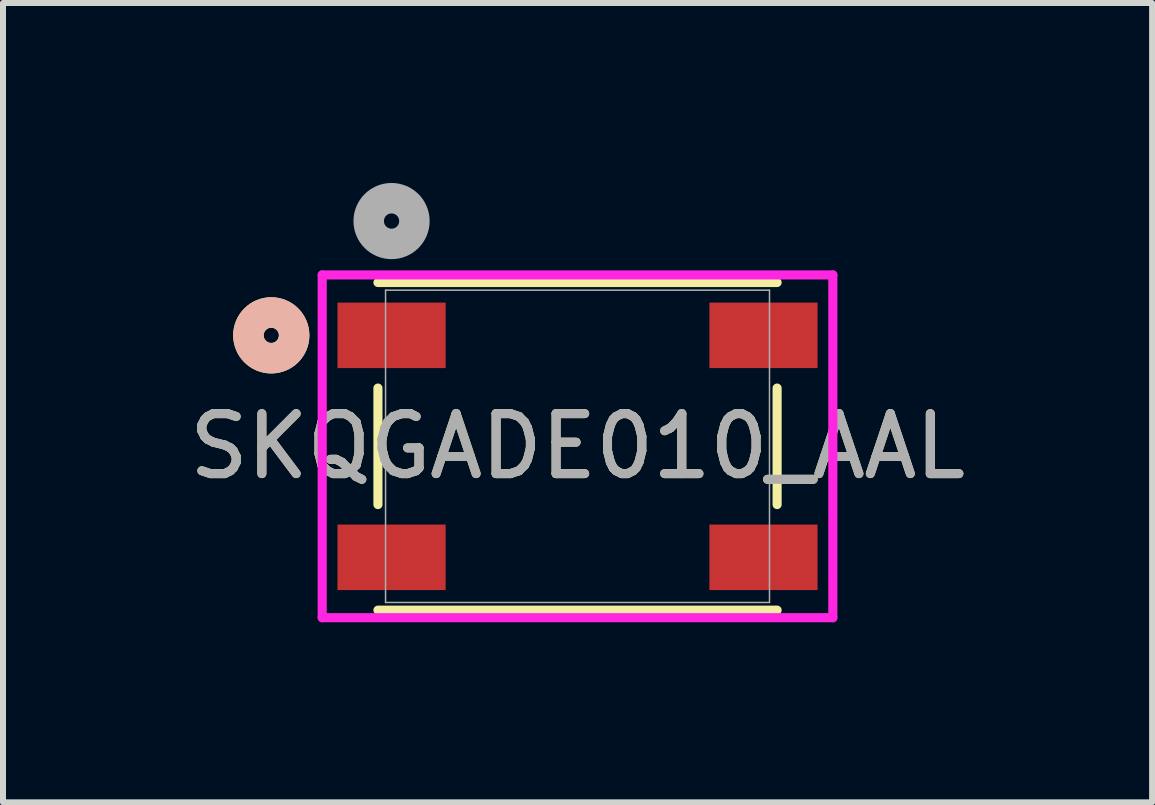
<source format=kicad_pcb>
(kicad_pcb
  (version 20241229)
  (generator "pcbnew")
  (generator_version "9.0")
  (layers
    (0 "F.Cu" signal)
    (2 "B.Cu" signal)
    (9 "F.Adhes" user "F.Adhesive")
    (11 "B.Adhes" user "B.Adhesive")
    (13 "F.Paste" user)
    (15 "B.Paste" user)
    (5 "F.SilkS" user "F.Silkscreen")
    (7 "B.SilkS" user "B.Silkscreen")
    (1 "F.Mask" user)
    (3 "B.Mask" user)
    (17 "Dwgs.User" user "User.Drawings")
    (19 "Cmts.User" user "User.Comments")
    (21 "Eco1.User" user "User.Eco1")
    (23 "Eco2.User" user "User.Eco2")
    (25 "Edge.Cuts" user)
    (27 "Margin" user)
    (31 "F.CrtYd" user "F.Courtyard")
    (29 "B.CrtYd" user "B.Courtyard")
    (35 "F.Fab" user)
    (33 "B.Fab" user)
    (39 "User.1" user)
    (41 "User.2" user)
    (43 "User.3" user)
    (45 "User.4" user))
  (footprint "SKQGADE010_AAL"
    (layer "F.Cu")
    (at 6.577 4.39)
    (property "Reference" "SKQGADE010_AAL" (at 0 0 0) (unlocked yes) (layer "F.SilkS") (effects (font (size 1 1) (thickness 0.15))))
    (attr smd)
    (fp_line (start -3.327 -0.971) (end -3.327 0.971) (stroke (width 0.152) (type solid)) (layer "F.SilkS"))
    (fp_line (start -3.327 2.731) (end 3.327 2.731) (stroke (width 0.152) (type solid)) (layer "F.SilkS"))
    (fp_line (start 3.327 -2.731) (end -3.327 -2.731) (stroke (width 0.152) (type solid)) (layer "F.SilkS"))
    (fp_line (start 3.327 0.971) (end 3.327 -0.971) (stroke (width 0.152) (type solid)) (layer "F.SilkS"))
    (fp_circle (center -5.105 -1.85) (end -4.724 -1.85) (stroke (width 0.508) (type solid)) (fill no) (layer "F.SilkS"))
    (fp_circle (center -5.105 -1.85) (end -4.724 -1.85) (stroke (width 0.508) (type solid)) (fill no) (layer "B.SilkS"))
    (fp_line (start -4.256 -2.857) (end -4.256 2.857) (stroke (width 0.152) (type solid)) (layer "F.CrtYd"))
    (fp_line (start -4.256 2.857) (end 4.256 2.857) (stroke (width 0.152) (type solid)) (layer "F.CrtYd"))
    (fp_line (start 4.256 -2.857) (end -4.256 -2.857) (stroke (width 0.152) (type solid)) (layer "F.CrtYd"))
    (fp_line (start 4.256 2.857) (end 4.256 -2.857) (stroke (width 0.152) (type solid)) (layer "F.CrtYd"))
    (fp_line (start -3.2 -2.603) (end -3.2 2.603) (stroke (width 0.025) (type solid)) (layer "F.Fab"))
    (fp_line (start -3.2 2.603) (end 3.2 2.603) (stroke (width 0.025) (type solid)) (layer "F.Fab"))
    (fp_line (start 3.2 -2.603) (end -3.2 -2.603) (stroke (width 0.025) (type solid)) (layer "F.Fab"))
    (fp_line (start 3.2 2.603) (end 3.2 -2.603) (stroke (width 0.025) (type solid)) (layer "F.Fab"))
    (fp_circle (center -3.1 -3.755) (end -2.719 -3.755) (stroke (width 0.508) (type solid)) (fill no) (layer "F.Fab"))
    (fp_text user "${REFERENCE}" (at 0 0 0) (unlocked yes) (layer "F.Fab") (effects (font (size 1 1) (thickness 0.15))))
    (pad "1" smd rect (at -3.1 -1.85) (size 1.803 1.092) (layers "F.Cu" "F.Mask" "F.Paste"))
    (pad "2" smd rect (at 3.1 -1.85) (size 1.803 1.092) (layers "F.Cu" "F.Mask" "F.Paste"))
    (pad "3" smd rect (at -3.1 1.85) (size 1.803 1.092) (layers "F.Cu" "F.Mask" "F.Paste"))
    (pad "4" smd rect (at 3.1 1.85) (size 1.803 1.092) (layers "F.Cu" "F.Mask" "F.Paste")))
  (gr_rect
    (start -3 -3)
    (end 16.155 10.324)
    (stroke (width 0.1) (type default))
    (fill no)
    (layer "Edge.Cuts")))
</source>
